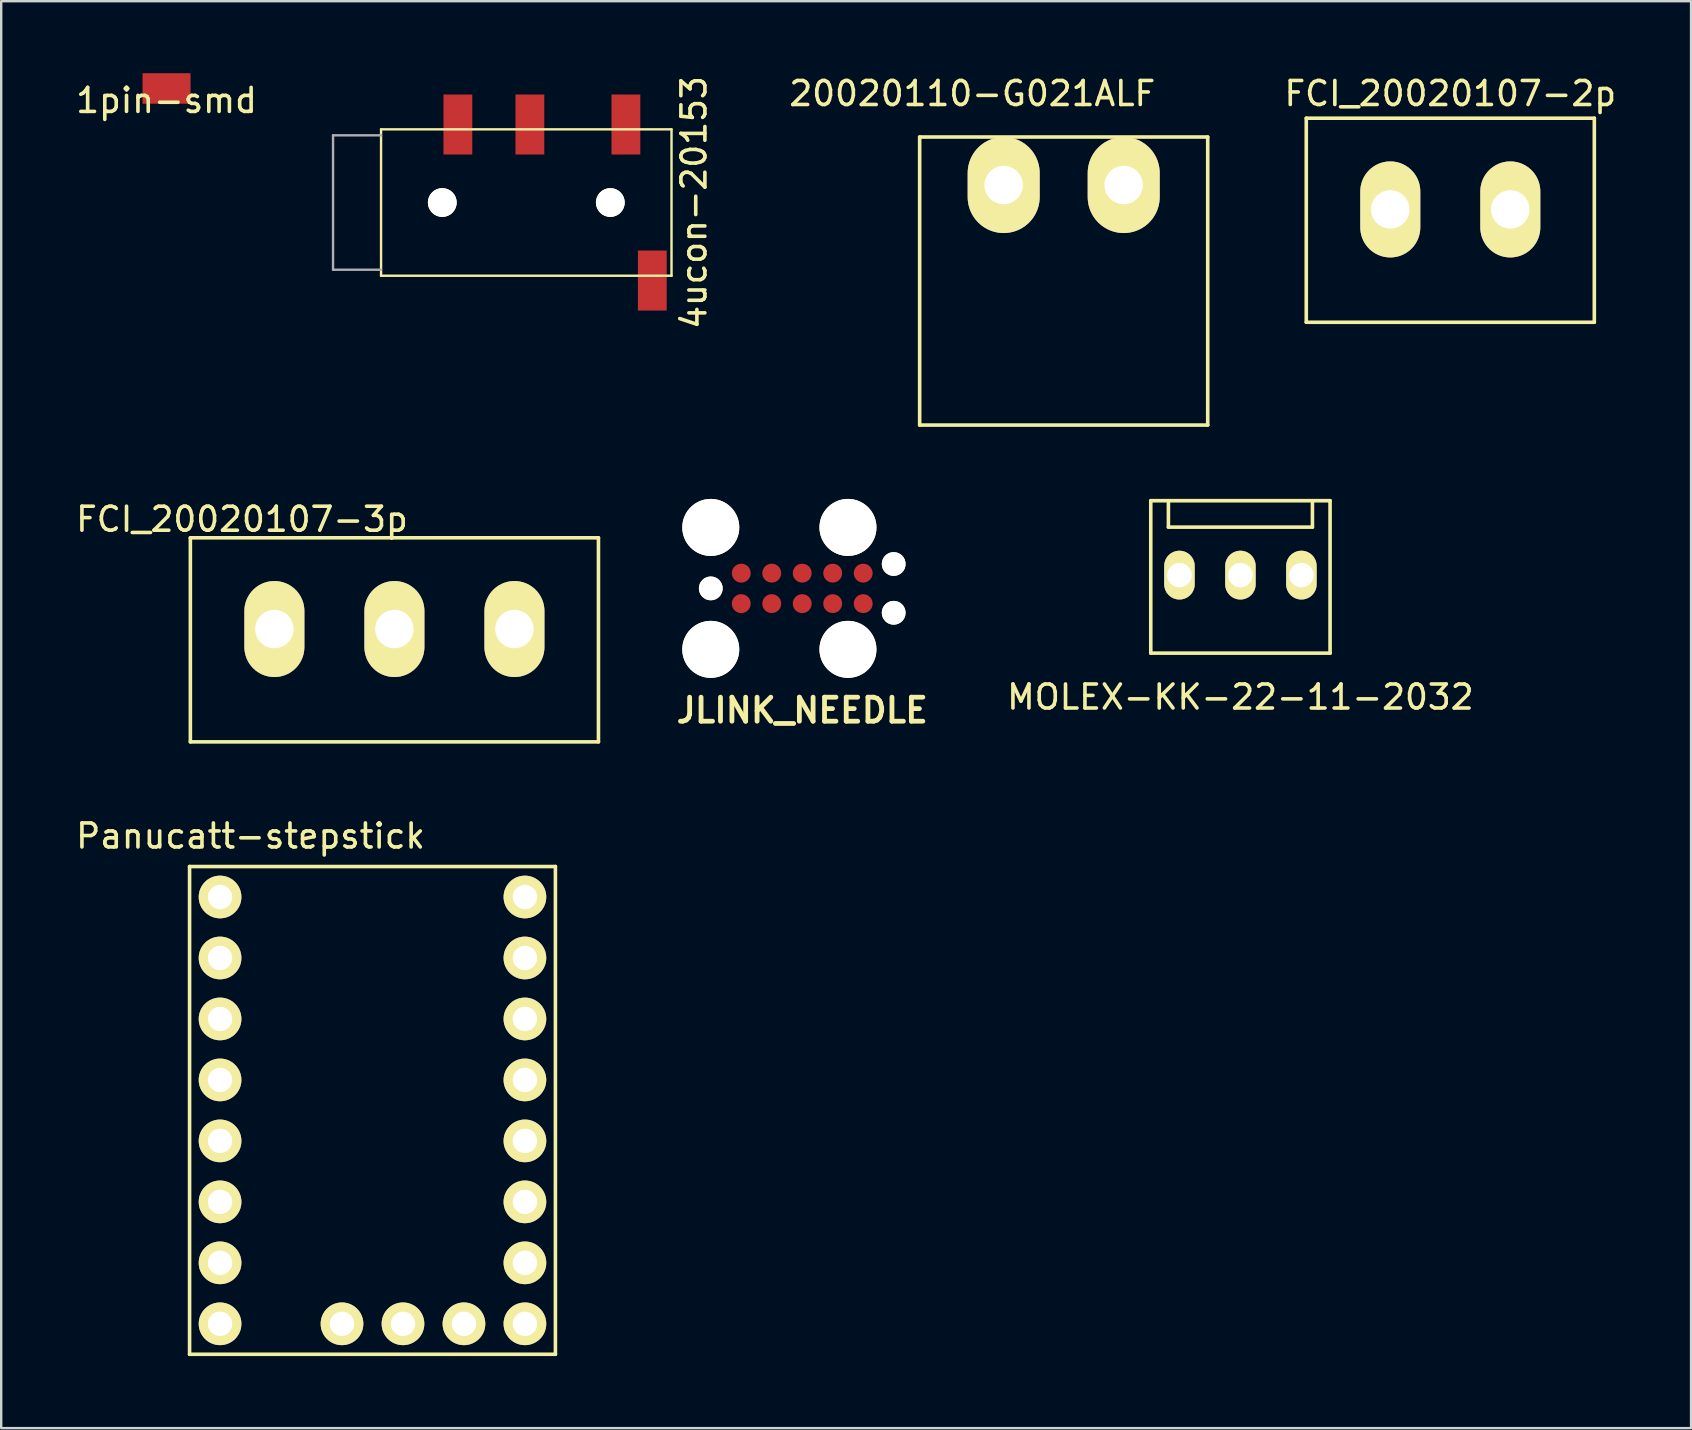
<source format=kicad_pcb>
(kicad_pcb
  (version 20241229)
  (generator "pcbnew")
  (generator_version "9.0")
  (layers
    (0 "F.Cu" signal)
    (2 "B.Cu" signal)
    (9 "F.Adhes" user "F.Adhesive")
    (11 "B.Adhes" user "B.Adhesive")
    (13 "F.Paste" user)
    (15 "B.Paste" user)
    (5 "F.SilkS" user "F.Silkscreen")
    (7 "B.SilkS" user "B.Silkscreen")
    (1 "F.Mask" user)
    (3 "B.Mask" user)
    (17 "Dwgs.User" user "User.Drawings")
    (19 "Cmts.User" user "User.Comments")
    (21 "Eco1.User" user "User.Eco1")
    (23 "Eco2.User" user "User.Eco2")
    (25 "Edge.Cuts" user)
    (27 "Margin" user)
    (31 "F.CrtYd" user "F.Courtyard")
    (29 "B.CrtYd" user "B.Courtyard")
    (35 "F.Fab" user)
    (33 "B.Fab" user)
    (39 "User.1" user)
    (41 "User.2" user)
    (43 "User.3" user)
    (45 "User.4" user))
  (footprint "20020110-G021ALF"
    (layer "F.Cu")
    (at 41.261 4.658)
    (property "Reference" "20020110-G021ALF" (at -3.81 -3.81 0) (layer "F.SilkS") (effects (font (size 1 1) (thickness 0.15))))
    (attr through_hole)
    (fp_line (start -6 -2) (end 6 -2) (stroke (width 0.15) (type solid)) (layer "F.SilkS"))
    (fp_line (start -6 10) (end -6 -2) (stroke (width 0.15) (type solid)) (layer "F.SilkS"))
    (fp_line (start -6 10) (end 6 10) (stroke (width 0.15) (type solid)) (layer "F.SilkS"))
    (fp_line (start 6 -2) (end 6 10) (stroke (width 0.15) (type solid)) (layer "F.SilkS"))
    (pad "1" thru_hole oval (at -2.5 0) (size 3 4) (drill 1.6) (layers "*.Cu" "*.Mask" "F.SilkS"))
    (pad "2" thru_hole oval (at 2.5 0) (size 3 4) (drill 1.6) (layers "*.Cu" "*.Mask" "F.SilkS")))
  (footprint "FCI_20020107-3p"
    (layer "F.Cu")
    (at 13.38 23.154)
    (property "Reference" "FCI_20020107-3p" (at -6.35 -4.572 0) (layer "F.SilkS") (effects (font (size 1 1) (thickness 0.15))))
    (attr through_hole)
    (fp_line (start -8.5 -3.8) (end -8.5 4.7) (stroke (width 0.15) (type solid)) (layer "F.SilkS"))
    (fp_line (start -8.5 -3.8) (end 8.5 -3.8) (stroke (width 0.15) (type solid)) (layer "F.SilkS"))
    (fp_line (start -8.5 4.7) (end 8.5 4.7) (stroke (width 0.15) (type solid)) (layer "F.SilkS"))
    (fp_line (start 8.5 -3.8) (end 8.5 4.7) (stroke (width 0.15) (type solid)) (layer "F.SilkS"))
    (pad "1" thru_hole oval (at -5 0 180) (size 2.5 4) (drill 1.6) (layers "*.Cu" "*.Mask" "F.SilkS"))
    (pad "2" thru_hole oval (at 0 0 180) (size 2.5 4) (drill 1.6) (layers "*.Cu" "*.Mask" "F.SilkS"))
    (pad "3" thru_hole oval (at 5 0 180) (size 2.5 4) (drill 1.6) (layers "*.Cu" "*.Mask" "F.SilkS")))
  (footprint "JLINK_NEEDLE"
    (layer "F.Cu")
    (at 30.369 21.461)
    (property "Reference" "JLINK_NEEDLE" (at 0 5.08 0) (layer "F.SilkS") (effects (font (size 1 1) (thickness 0.2))))
    (attr through_hole)
    (pad "" np_thru_hole circle (at -3.81 -2.54) (size 2.375 2.375) (drill 2.375) (layers "*.Cu" "*.Mask" "F.SilkS"))
    (pad "" np_thru_hole circle (at -3.81 0) (size 0.991 0.991) (drill 0.991) (layers "*.Cu" "*.Mask" "F.SilkS"))
    (pad "" np_thru_hole circle (at -3.81 2.54) (size 2.375 2.375) (drill 2.375) (layers "*.Cu" "*.Mask" "F.SilkS"))
    (pad "" np_thru_hole circle (at 1.905 -2.54) (size 2.375 2.375) (drill 2.375) (layers "*.Cu" "*.Mask" "F.SilkS"))
    (pad "" np_thru_hole circle (at 1.905 2.54) (size 2.375 2.375) (drill 2.375) (layers "*.Cu" "*.Mask" "F.SilkS"))
    (pad "" np_thru_hole circle (at 3.81 -1.016) (size 0.991 0.991) (drill 0.991) (layers "*.Cu" "*.Mask" "F.SilkS"))
    (pad "" np_thru_hole circle (at 3.81 1.016) (size 0.991 0.991) (drill 0.991) (layers "*.Cu" "*.Mask" "F.SilkS"))
    (pad "1" smd circle (at -2.54 0.635) (size 0.787 0.787) (layers "F.Cu" "F.Mask"))
    (pad "2" smd circle (at -1.27 0.635) (size 0.787 0.787) (layers "F.Cu" "F.Mask"))
    (pad "3" smd circle (at 0 0.635) (size 0.787 0.787) (layers "F.Cu" "F.Mask"))
    (pad "4" smd circle (at 1.27 0.635) (size 0.787 0.787) (layers "F.Cu" "F.Mask"))
    (pad "5" smd circle (at 2.54 0.635) (size 0.787 0.787) (layers "F.Cu" "F.Mask"))
    (pad "6" smd circle (at 2.54 -0.635) (size 0.787 0.787) (layers "F.Cu" "F.Mask"))
    (pad "7" smd circle (at 1.27 -0.635) (size 0.787 0.787) (layers "F.Cu" "F.Mask"))
    (pad "8" smd circle (at 0 -0.635) (size 0.787 0.787) (layers "F.Cu" "F.Mask"))
    (pad "9" smd circle (at -1.27 -0.635) (size 0.787 0.787) (layers "F.Cu" "F.Mask"))
    (pad "10" smd circle (at -2.54 -0.635) (size 0.787 0.787) (layers "F.Cu" "F.Mask")))
  (footprint "MOLEX-KK-22-11-2032"
    (layer "F.Cu")
    (at 48.623 20.908)
    (property "Reference" "MOLEX-KK-22-11-2032" (at 0 5.08 0) (layer "F.SilkS") (effects (font (size 1 1) (thickness 0.15))))
    (attr through_hole)
    (fp_line (start -3.735 -3.1) (end -3.735 3.25) (stroke (width 0.15) (type solid)) (layer "F.SilkS"))
    (fp_line (start -3.735 -3.1) (end 3.735 -3.1) (stroke (width 0.15) (type solid)) (layer "F.SilkS"))
    (fp_line (start -3.735 3.25) (end 3.735 3.25) (stroke (width 0.15) (type solid)) (layer "F.SilkS"))
    (fp_line (start -3 -3.1) (end -3 -2) (stroke (width 0.15) (type solid)) (layer "F.SilkS"))
    (fp_line (start -3 -2) (end 3 -2) (stroke (width 0.15) (type solid)) (layer "F.SilkS"))
    (fp_line (start 3 -3.1) (end 3 -2) (stroke (width 0.15) (type solid)) (layer "F.SilkS"))
    (fp_line (start 3.735 -3.1) (end 3.735 3.25) (stroke (width 0.15) (type solid)) (layer "F.SilkS"))
    (pad "1" thru_hole oval (at -2.54 0) (size 1.27 2.032) (drill 1.02) (layers "*.Cu" "*.Mask" "F.SilkS"))
    (pad "2" thru_hole oval (at 0 0) (size 1.27 2.032) (drill 1.02) (layers "*.Cu" "*.Mask" "F.SilkS"))
    (pad "3" thru_hole oval (at 2.54 0) (size 1.27 2.032) (drill 1.02) (layers "*.Cu" "*.Mask" "F.SilkS")))
  (footprint "4ucon-20153"
    (layer "F.Cu")
    (at 18.874 5.387)
    (property "Reference" "4ucon-20153" (at 6.985 0 90) (layer "F.SilkS") (effects (font (size 1 1) (thickness 0.15))))
    (attr through_hole)
    (fp_line (start -6.05 -3.05) (end 6.05 -3.05) (stroke (width 0.1) (type solid)) (layer "F.SilkS"))
    (fp_line (start -6.05 3.05) (end -6.05 -3.05) (stroke (width 0.1) (type solid)) (layer "F.SilkS"))
    (fp_line (start 6.05 -3.05) (end 6.05 3.05) (stroke (width 0.1) (type solid)) (layer "F.SilkS"))
    (fp_line (start 6.05 3.05) (end -6.05 3.05) (stroke (width 0.1) (type solid)) (layer "F.SilkS"))
    (fp_line (start -8.05 -2.8) (end -8.05 2.8) (stroke (width 0.1) (type solid)) (layer "F.Fab"))
    (fp_line (start -6.05 -2.8) (end -8.05 -2.8) (stroke (width 0.1) (type solid)) (layer "F.Fab"))
    (fp_line (start -6.05 2.8) (end -8.05 2.8) (stroke (width 0.1) (type solid)) (layer "F.Fab"))
    (pad "" np_thru_hole circle (at -3.5 0) (size 1.2 1.2) (drill 1.2) (layers "*.Cu" "*.Mask" "F.SilkS"))
    (pad "" np_thru_hole circle (at 3.5 0) (size 1.2 1.2) (drill 1.2) (layers "*.Cu" "*.Mask" "F.SilkS"))
    (pad "1" smd rect (at 5.25 3.25) (size 1.2 2.5) (layers "F.Cu" "F.Mask" "F.Paste"))
    (pad "2" smd rect (at 4.15 -3.25) (size 1.2 2.5) (layers "F.Cu" "F.Mask" "F.Paste"))
    (pad "3" smd rect (at 0.15 -3.25) (size 1.2 2.5) (layers "F.Cu" "F.Mask" "F.Paste"))
    (pad "4" smd rect (at -2.85 -3.25) (size 1.2 2.5) (layers "F.Cu" "F.Mask" "F.Paste")))
  (footprint "FCI_20020107-2p"
    (layer "F.Cu")
    (at 57.366 5.674)
    (property "Reference" "FCI_20020107-2p" (at 0 -4.826 0) (layer "F.SilkS") (effects (font (size 1 1) (thickness 0.15))))
    (attr through_hole)
    (fp_line (start -6 -3.8) (end -6 4.7) (stroke (width 0.15) (type solid)) (layer "F.SilkS"))
    (fp_line (start -6 -3.8) (end 6 -3.8) (stroke (width 0.15) (type solid)) (layer "F.SilkS"))
    (fp_line (start -6 4.7) (end 6 4.7) (stroke (width 0.15) (type solid)) (layer "F.SilkS"))
    (fp_line (start 6 -3.8) (end 6 4.7) (stroke (width 0.15) (type solid)) (layer "F.SilkS"))
    (pad "1" thru_hole oval (at -2.5 0 180) (size 2.5 4) (drill 1.6) (layers "*.Cu" "*.Mask" "F.SilkS"))
    (pad "2" thru_hole oval (at 2.5 0) (size 2.5 4) (drill 1.6) (layers "*.Cu" "*.Mask" "F.SilkS")))
  (footprint "Panucatt-stepstick"
    (layer "F.Cu")
    (at 12.467 43.207)
    (property "Reference" "Panucatt-stepstick" (at -5.08 -11.43 0) (layer "F.SilkS") (effects (font (size 1 1) (thickness 0.15))))
    (attr through_hole)
    (fp_line (start -7.62 -10.16) (end 7.62 -10.16) (stroke (width 0.15) (type solid)) (layer "F.SilkS"))
    (fp_line (start -7.62 10.16) (end -7.62 -10.16) (stroke (width 0.15) (type solid)) (layer "F.SilkS"))
    (fp_line (start 7.62 -10.16) (end 7.62 10.16) (stroke (width 0.15) (type solid)) (layer "F.SilkS"))
    (fp_line (start 7.62 10.16) (end -7.62 10.16) (stroke (width 0.15) (type solid)) (layer "F.SilkS"))
    (pad "1" thru_hole circle (at -6.35 -8.89) (size 1.778 1.778) (drill 1.016) (layers "*.Cu" "*.Mask" "F.SilkS"))
    (pad "2" thru_hole circle (at -6.35 -6.35) (size 1.778 1.778) (drill 1.016) (layers "*.Cu" "*.Mask" "F.SilkS"))
    (pad "3" thru_hole circle (at -6.35 -3.81) (size 1.778 1.778) (drill 1.016) (layers "*.Cu" "*.Mask" "F.SilkS"))
    (pad "4" thru_hole circle (at -6.35 -1.27) (size 1.778 1.778) (drill 1.016) (layers "*.Cu" "*.Mask" "F.SilkS"))
    (pad "5" thru_hole circle (at -6.35 1.27) (size 1.778 1.778) (drill 1.016) (layers "*.Cu" "*.Mask" "F.SilkS"))
    (pad "6" thru_hole circle (at -6.35 3.81) (size 1.778 1.778) (drill 1.016) (layers "*.Cu" "*.Mask" "F.SilkS"))
    (pad "7" thru_hole circle (at -6.35 6.35) (size 1.778 1.778) (drill 1.016) (layers "*.Cu" "*.Mask" "F.SilkS"))
    (pad "8" thru_hole circle (at -6.35 8.89) (size 1.778 1.778) (drill 1.016) (layers "*.Cu" "*.Mask" "F.SilkS"))
    (pad "9" thru_hole circle (at -1.27 8.89) (size 1.778 1.778) (drill 1.016) (layers "*.Cu" "*.Mask" "F.SilkS"))
    (pad "10" thru_hole circle (at 1.27 8.89) (size 1.778 1.778) (drill 1.016) (layers "*.Cu" "*.Mask" "F.SilkS"))
    (pad "11" thru_hole circle (at 3.81 8.89) (size 1.778 1.778) (drill 1.016) (layers "*.Cu" "*.Mask" "F.SilkS"))
    (pad "12" thru_hole circle (at 6.35 8.89) (size 1.778 1.778) (drill 1.016) (layers "*.Cu" "*.Mask" "F.SilkS"))
    (pad "13" thru_hole circle (at 6.35 6.35) (size 1.778 1.778) (drill 1.016) (layers "*.Cu" "*.Mask" "F.SilkS"))
    (pad "14" thru_hole circle (at 6.35 3.81) (size 1.778 1.778) (drill 1.016) (layers "*.Cu" "*.Mask" "F.SilkS"))
    (pad "15" thru_hole circle (at 6.35 1.27) (size 1.778 1.778) (drill 1.016) (layers "*.Cu" "*.Mask" "F.SilkS"))
    (pad "16" thru_hole circle (at 6.35 -1.27) (size 1.778 1.778) (drill 1.016) (layers "*.Cu" "*.Mask" "F.SilkS"))
    (pad "17" thru_hole circle (at 6.35 -3.81) (size 1.778 1.778) (drill 1.016) (layers "*.Cu" "*.Mask" "F.SilkS"))
    (pad "18" thru_hole circle (at 6.35 -6.35) (size 1.778 1.778) (drill 1.016) (layers "*.Cu" "*.Mask" "F.SilkS"))
    (pad "19" thru_hole circle (at 6.35 -8.89) (size 1.778 1.778) (drill 1.016) (layers "*.Cu" "*.Mask" "F.SilkS")))
  (footprint "1pin-smd"
    (layer "F.Cu")
    (at 3.887 0.635)
    (property "Reference" "1pin-smd" (at 0 0.5 0) (layer "F.SilkS") (effects (font (size 1 1) (thickness 0.15))))
    (attr through_hole)
    (pad "1" smd rect (at 0 0 90) (size 1.27 2) (layers "F.Cu" "F.Mask" "F.Paste")))
  (gr_rect
    (start -3 -3)
    (end 67.396 56.442)
    (stroke (width 0.1) (type default))
    (fill no)
    (layer "Edge.Cuts")))
</source>
